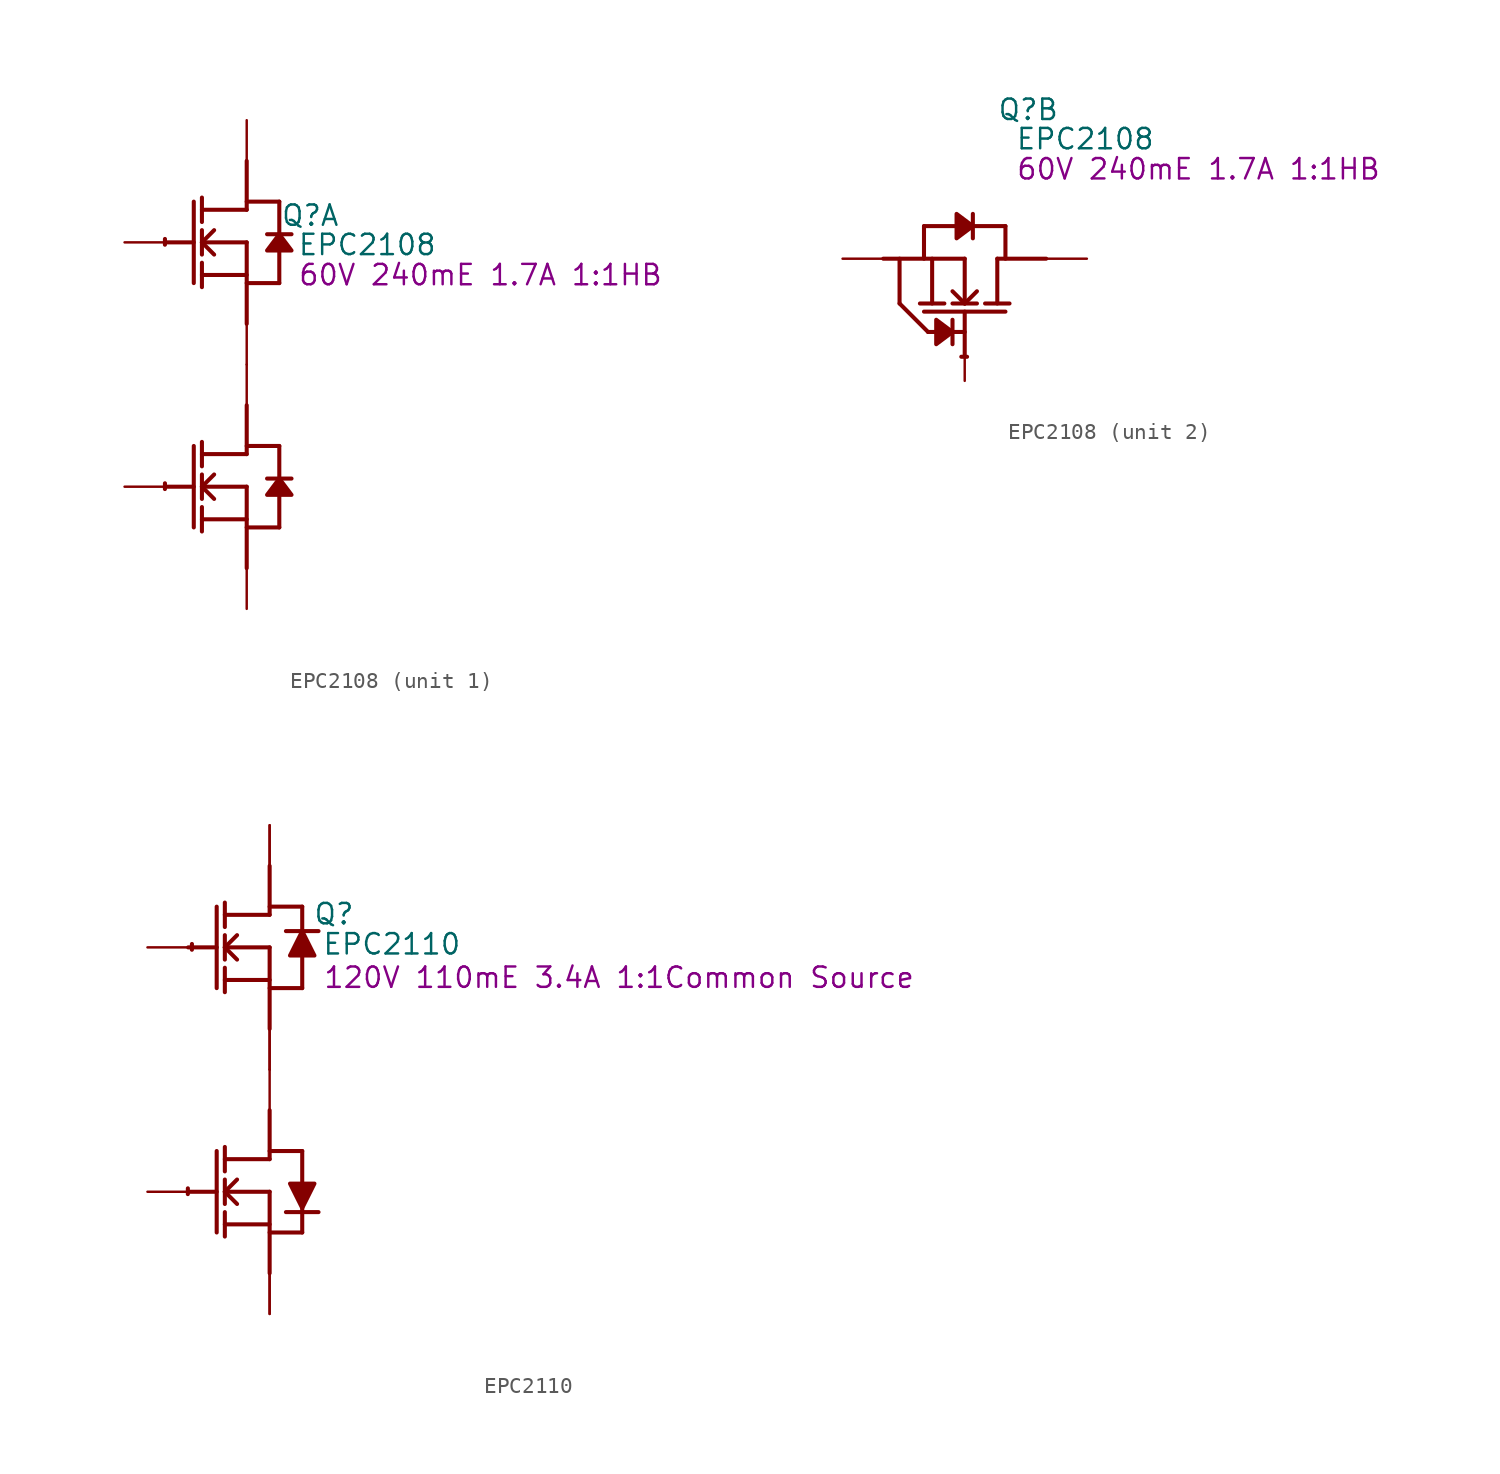
<source format=kicad_sym>
(kicad_symbol_lib
  (version 20231120)
  (generator "kicad_symbol_editor")
  (generator_version "8.0")
  (symbol "EPC2108"
    (property "Reference" "Q"
      (at 3.962 9.296 0)
      (effects (font (size 1.27 1.27))))
    (property "Value" "EPC2108"
      (at 7.518 7.468 0)
      (effects (font (size 1.27 1.27))))
    (property "Datasheet" "60V 240mE 1.7A 1:1HB"
      (at 14.58 5.588 0)
      (effects (font (size 1.27 1.27))))
    (symbol "EPC2108_1_0"
      (arc (start -5.0996 -7.4072) (mid -5.1039 -7.5869) (end -5.1019 -7.7667) (stroke (width 0.254) (type solid)) (fill (type none)))
      (arc (start -5.0996 7.8328) (mid -5.1039 7.6531) (end -5.1019 7.4733) (stroke (width 0.254) (type solid)) (fill (type none)))
      (polyline (pts (xy -5.08 -7.62) (xy -3.302 -7.62)) (stroke (width 0.254) (type solid)) (fill (type none)))
      (polyline (pts (xy -5.08 7.62) (xy -3.302 7.62)) (stroke (width 0.254) (type solid)) (fill (type none)))
      (polyline (pts (xy -3.302 -5.08) (xy -3.302 -10.16)) (stroke (width 0.254) (type solid)) (fill (type none)))
      (polyline (pts (xy -3.302 10.16) (xy -3.302 5.08)) (stroke (width 0.254) (type solid)) (fill (type none)))
      (polyline (pts (xy -2.794 -10.414) (xy -2.794 -8.89)) (stroke (width 0.254) (type solid)) (fill (type none)))
      (polyline (pts (xy -2.794 -9.652) (xy 0 -9.652)) (stroke (width 0.254) (type solid)) (fill (type none)))
      (polyline (pts (xy -2.794 -8.382) (xy -2.794 -6.858)) (stroke (width 0.254) (type solid)) (fill (type none)))
      (polyline (pts (xy -2.794 -7.62) (xy -2.032 -6.858)) (stroke (width 0.254) (type solid)) (fill (type none)))
      (polyline (pts (xy -2.794 -7.62) (xy 0 -7.62)) (stroke (width 0.254) (type solid)) (fill (type none)))
      (polyline (pts (xy -2.794 -6.35) (xy -2.794 -4.826)) (stroke (width 0.254) (type solid)) (fill (type none)))
      (polyline (pts (xy -2.794 4.826) (xy -2.794 6.35)) (stroke (width 0.254) (type solid)) (fill (type none)))
      (polyline (pts (xy -2.794 5.588) (xy 0 5.588)) (stroke (width 0.254) (type solid)) (fill (type none)))
      (polyline (pts (xy -2.794 6.858) (xy -2.794 8.382)) (stroke (width 0.254) (type solid)) (fill (type none)))
      (polyline (pts (xy -2.794 7.62) (xy -2.032 8.382)) (stroke (width 0.254) (type solid)) (fill (type none)))
      (polyline (pts (xy -2.794 7.62) (xy 0 7.62)) (stroke (width 0.254) (type solid)) (fill (type none)))
      (polyline (pts (xy -2.794 8.89) (xy -2.794 10.414)) (stroke (width 0.254) (type solid)) (fill (type none)))
      (polyline (pts (xy -2.032 -8.382) (xy -2.794 -7.62)) (stroke (width 0.254) (type solid)) (fill (type none)))
      (polyline (pts (xy -2.032 6.858) (xy -2.794 7.62)) (stroke (width 0.254) (type solid)) (fill (type none)))
      (polyline (pts (xy 0 -10.16) (xy 2.032 -10.16)) (stroke (width 0.254) (type solid)) (fill (type none)))
      (polyline (pts (xy 0 -7.62) (xy 0 -12.7)) (stroke (width 0.254) (type solid)) (fill (type none)))
      (polyline (pts (xy 0 -5.588) (xy -2.794 -5.588)) (stroke (width 0.254) (type solid)) (fill (type none)))
      (polyline (pts (xy 0 -5.588) (xy 0 -2.54)) (stroke (width 0.254) (type solid)) (fill (type none)))
      (polyline (pts (xy 0 -5.08) (xy 2.032 -5.08)) (stroke (width 0.254) (type solid)) (fill (type none)))
      (polyline (pts (xy 0 5.08) (xy 2.032 5.08)) (stroke (width 0.254) (type solid)) (fill (type none)))
      (polyline (pts (xy 0 7.62) (xy 0 2.54)) (stroke (width 0.254) (type solid)) (fill (type none)))
      (polyline (pts (xy 0 9.652) (xy -2.794 9.652)) (stroke (width 0.254) (type solid)) (fill (type none)))
      (polyline (pts (xy 0 9.652) (xy 0 12.7)) (stroke (width 0.254) (type solid)) (fill (type none)))
      (polyline (pts (xy 0 10.16) (xy 2.032 10.16)) (stroke (width 0.254) (type solid)) (fill (type none)))
      (polyline (pts (xy 2.032 -8.128) (xy 2.032 -10.16)) (stroke (width 0.254) (type solid)) (fill (type none)))
      (polyline (pts (xy 2.032 -5.08) (xy 2.032 -7.112)) (stroke (width 0.254) (type solid)) (fill (type none)))
      (polyline (pts (xy 2.032 7.112) (xy 2.032 5.08)) (stroke (width 0.254) (type solid)) (fill (type none)))
      (polyline (pts (xy 2.032 10.16) (xy 2.032 8.128)) (stroke (width 0.254) (type solid)) (fill (type none)))
      (polyline (pts (xy 2.794 -7.112) (xy 1.27 -7.112)) (stroke (width 0.254) (type solid)) (fill (type none)))
      (polyline (pts (xy 2.794 8.128) (xy 1.27 8.128)) (stroke (width 0.254) (type solid)) (fill (type none)))
      (polyline (pts (xy 2.032 -7.112) (xy 1.27 -8.128) (xy 2.794 -8.128) (xy 2.032 -7.112)) (stroke (width 0.254) (type solid)) (fill (type outline)))
      (polyline (pts (xy 2.032 8.128) (xy 1.27 7.112) (xy 2.794 7.112) (xy 2.032 8.128)) (stroke (width 0.254) (type solid)) (fill (type outline)))
      (pin passive line (at -7.62 7.62 0) (length 2.54) (name "G1" (effects (font (size 0 0)))) (number "1" (effects (font (size 0 0)))))
      (pin open_collector line (at -7.62 -7.62 0) (length 2.54) (name "G2" (effects (font (size 0 0)))) (number "2" (effects (font (size 0 0)))))
      (pin open_emitter line (at 0 0 90) (length 2.54) (name "S1" (effects (font (size 0 0)))) (number "4" (effects (font (size 0 0)))))
      (pin open_emitter line (at 0 0 270) (length 2.54) (name "D2" (effects (font (size 0 0)))) (number "5" (effects (font (size 0 0)))))
      (pin open_emitter line (at 0 15.24 270) (length 2.54) (name "D1" (effects (font (size 0 0)))) (number "7" (effects (font (size 0 0)))))
      (pin open_emitter line (at 0 -15.24 90) (length 2.54) (name "S2" (effects (font (size 0 0)))) (number "8" (effects (font (size 0 0))))))
    (symbol "EPC2108_2_0"
      (arc (start -0.2128 -6.1156) (mid -0.0331 -6.1199) (end 0.1467 -6.1179) (stroke (width 0.254) (type solid)) (fill (type none)))
      (polyline (pts (xy -5.08 0) (xy 0 0)) (stroke (width 0.254) (type solid)) (fill (type none)))
      (polyline (pts (xy -4.064 -2.794) (xy -4.064 0)) (stroke (width 0.254) (type solid)) (fill (type none)))
      (polyline (pts (xy -2.54 -3.302) (xy 2.54 -3.302)) (stroke (width 0.254) (type solid)) (fill (type none)))
      (polyline (pts (xy -2.54 0) (xy -2.54 2.032)) (stroke (width 0.254) (type solid)) (fill (type none)))
      (polyline (pts (xy -2.54 2.032) (xy -0.508 2.032)) (stroke (width 0.254) (type solid)) (fill (type none)))
      (polyline (pts (xy -2.286 -4.572) (xy -4.064 -2.794)) (stroke (width 0.254) (type solid)) (fill (type none)))
      (polyline (pts (xy -2.286 -4.572) (xy 0 -4.572)) (stroke (width 0.254) (type solid)) (fill (type none)))
      (polyline (pts (xy -2.032 0) (xy -2.032 -2.794)) (stroke (width 0.254) (type solid)) (fill (type none)))
      (polyline (pts (xy -1.27 -2.794) (xy -2.794 -2.794)) (stroke (width 0.254) (type solid)) (fill (type none)))
      (polyline (pts (xy -0.762 -3.81) (xy -0.762 -5.334)) (stroke (width 0.254) (type solid)) (fill (type none)))
      (polyline (pts (xy 0 -6.096) (xy 0 -3.302)) (stroke (width 0.254) (type solid)) (fill (type none)))
      (polyline (pts (xy 0 -2.794) (xy -0.762 -2.032)) (stroke (width 0.254) (type solid)) (fill (type none)))
      (polyline (pts (xy 0 -2.794) (xy 0 0)) (stroke (width 0.254) (type solid)) (fill (type none)))
      (polyline (pts (xy 0.508 2.032) (xy 2.54 2.032)) (stroke (width 0.254) (type solid)) (fill (type none)))
      (polyline (pts (xy 0.508 2.794) (xy 0.508 1.27)) (stroke (width 0.254) (type solid)) (fill (type none)))
      (polyline (pts (xy 0.762 -2.794) (xy -0.762 -2.794)) (stroke (width 0.254) (type solid)) (fill (type none)))
      (polyline (pts (xy 0.762 -2.032) (xy 0 -2.794)) (stroke (width 0.254) (type solid)) (fill (type none)))
      (polyline (pts (xy 2.032 -2.794) (xy 2.032 0)) (stroke (width 0.254) (type solid)) (fill (type none)))
      (polyline (pts (xy 2.54 0) (xy 2.54 2.032)) (stroke (width 0.254) (type solid)) (fill (type none)))
      (polyline (pts (xy 2.794 -2.794) (xy 1.27 -2.794)) (stroke (width 0.254) (type solid)) (fill (type none)))
      (polyline (pts (xy 5.08 0) (xy 2.032 0)) (stroke (width 0.254) (type solid)) (fill (type none)))
      (polyline (pts (xy -0.762 -4.572) (xy -1.778 -3.81) (xy -1.778 -5.334) (xy -0.762 -4.572)) (stroke (width 0.254) (type solid)) (fill (type outline)))
      (polyline (pts (xy 0.508 2.032) (xy -0.508 2.794) (xy -0.508 1.27) (xy 0.508 2.032)) (stroke (width 0.254) (type solid)) (fill (type outline)))
      (pin open_emitter line (at 0 -7.62 90) (length 2.54) (name "G3" (effects (font (size 0 0)))) (number "3" (effects (font (size 0 0)))))
      (pin open_collector line (at 7.62 0 180) (length 2.54) (name "D3" (effects (font (size 0 0)))) (number "6" (effects (font (size 0 0)))))
      (pin passive line (at -7.62 0 0) (length 2.54) (name "S3" (effects (font (size 0 0)))) (number "9" (effects (font (size 0 0)))))))
  (symbol "EPC2110"
    (property "Reference" "Q"
      (at 4.013 9.703 0)
      (effects (font (size 1.27 1.27))))
    (property "Value" "EPC2110"
      (at 7.62 7.823 0)
      (effects (font (size 1.27 1.27))))
    (property "Description" "120V 110mE 3.4A 1:1Common Source"
      (at 21.793 5.74 0)
      (effects (font (size 1.27 1.27))))
    (symbol "EPC2110_1_0"
      (arc (start -5.0996 -7.4072) (mid -5.1039 -7.5869) (end -5.1019 -7.7667) (stroke (width 0.254) (type solid)) (fill (type none)))
      (arc (start -4.8456 7.8328) (mid -4.8499 7.6531) (end -4.8479 7.4733) (stroke (width 0.254) (type solid)) (fill (type none)))
      (polyline (pts (xy -5.08 -7.62) (xy -3.302 -7.62)) (stroke (width 0.254) (type solid)) (fill (type none)))
      (polyline (pts (xy -5.08 7.62) (xy -3.302 7.62)) (stroke (width 0.254) (type solid)) (fill (type none)))
      (polyline (pts (xy -3.302 -5.08) (xy -3.302 -10.16)) (stroke (width 0.254) (type solid)) (fill (type none)))
      (polyline (pts (xy -3.302 10.16) (xy -3.302 5.08)) (stroke (width 0.254) (type solid)) (fill (type none)))
      (polyline (pts (xy -2.794 -10.414) (xy -2.794 -8.89)) (stroke (width 0.254) (type solid)) (fill (type none)))
      (polyline (pts (xy -2.794 -9.652) (xy 0 -9.652)) (stroke (width 0.254) (type solid)) (fill (type none)))
      (polyline (pts (xy -2.794 -8.382) (xy -2.794 -6.858)) (stroke (width 0.254) (type solid)) (fill (type none)))
      (polyline (pts (xy -2.794 -7.62) (xy -2.032 -6.858)) (stroke (width 0.254) (type solid)) (fill (type none)))
      (polyline (pts (xy -2.794 -7.62) (xy 0 -7.62)) (stroke (width 0.254) (type solid)) (fill (type none)))
      (polyline (pts (xy -2.794 -6.35) (xy -2.794 -4.826)) (stroke (width 0.254) (type solid)) (fill (type none)))
      (polyline (pts (xy -2.794 4.826) (xy -2.794 6.35)) (stroke (width 0.254) (type solid)) (fill (type none)))
      (polyline (pts (xy -2.794 5.588) (xy 0 5.588)) (stroke (width 0.254) (type solid)) (fill (type none)))
      (polyline (pts (xy -2.794 6.858) (xy -2.794 8.382)) (stroke (width 0.254) (type solid)) (fill (type none)))
      (polyline (pts (xy -2.794 7.62) (xy -2.032 8.382)) (stroke (width 0.254) (type solid)) (fill (type none)))
      (polyline (pts (xy -2.794 7.62) (xy 0 7.62)) (stroke (width 0.254) (type solid)) (fill (type none)))
      (polyline (pts (xy -2.794 8.89) (xy -2.794 10.414)) (stroke (width 0.254) (type solid)) (fill (type none)))
      (polyline (pts (xy -2.032 -8.382) (xy -2.794 -7.62)) (stroke (width 0.254) (type solid)) (fill (type none)))
      (polyline (pts (xy -2.032 6.858) (xy -2.794 7.62)) (stroke (width 0.254) (type solid)) (fill (type none)))
      (polyline (pts (xy 0 -10.16) (xy 2.032 -10.16)) (stroke (width 0.254) (type solid)) (fill (type none)))
      (polyline (pts (xy 0 -7.62) (xy 0 -12.7)) (stroke (width 0.254) (type solid)) (fill (type none)))
      (polyline (pts (xy 0 -5.588) (xy -2.794 -5.588)) (stroke (width 0.254) (type solid)) (fill (type none)))
      (polyline (pts (xy 0 -5.588) (xy 0 -2.54)) (stroke (width 0.254) (type solid)) (fill (type none)))
      (polyline (pts (xy 0 -5.08) (xy 2.032 -5.08)) (stroke (width 0.254) (type solid)) (fill (type none)))
      (polyline (pts (xy 0 5.08) (xy 2.032 5.08)) (stroke (width 0.254) (type solid)) (fill (type none)))
      (polyline (pts (xy 0 7.62) (xy 0 2.54)) (stroke (width 0.254) (type solid)) (fill (type none)))
      (polyline (pts (xy 0 9.652) (xy -2.794 9.652)) (stroke (width 0.254) (type solid)) (fill (type none)))
      (polyline (pts (xy 0 9.652) (xy 0 12.7)) (stroke (width 0.254) (type solid)) (fill (type none)))
      (polyline (pts (xy 0 10.16) (xy 2.032 10.16)) (stroke (width 0.254) (type solid)) (fill (type none)))
      (polyline (pts (xy 1.016 -8.89) (xy 3.048 -8.89)) (stroke (width 0.254) (type solid)) (fill (type none)))
      (polyline (pts (xy 2.032 -8.128) (xy 2.032 -10.16)) (stroke (width 0.254) (type solid)) (fill (type none)))
      (polyline (pts (xy 2.032 -5.08) (xy 2.032 -7.112)) (stroke (width 0.254) (type solid)) (fill (type none)))
      (polyline (pts (xy 2.032 7.112) (xy 2.032 5.08)) (stroke (width 0.254) (type solid)) (fill (type none)))
      (polyline (pts (xy 2.032 10.16) (xy 2.032 8.128)) (stroke (width 0.254) (type solid)) (fill (type none)))
      (polyline (pts (xy 3.048 8.636) (xy 1.016 8.636)) (stroke (width 0.254) (type solid)) (fill (type none)))
      (polyline (pts (xy 2.032 8.636) (xy 1.27 7.112) (xy 2.794 7.112) (xy 2.032 8.636)) (stroke (width 0.254) (type solid)) (fill (type outline)))
      (polyline (pts (xy 2.794 -7.112) (xy 2.032 -8.636) (xy 1.27 -7.112) (xy 2.794 -7.112)) (stroke (width 0.254) (type solid)) (fill (type outline)))
      (pin passive line (at -7.62 -7.62 0) (length 2.54) (name "G1" (effects (font (size 0 0)))) (number "1" (effects (font (size 0 0)))))
      (pin open_emitter line (at 0 -15.24 90) (length 2.54) (name "D1" (effects (font (size 0 0)))) (number "2" (effects (font (size 0 0)))))
      (pin open_emitter line (at 0 -15.24 90) (length 2.54) (name "D1" (effects (font (size 0 0)))) (number "3" (effects (font (size 0 0)))))
      (pin open_collector line (at 0 0 270) (length 2.54) (name "S" (effects (font (size 0 0)))) (number "4" (effects (font (size 0 0)))))
      (pin open_emitter line (at 0 0 90) (length 2.54) (name "S" (effects (font (size 0 0)))) (number "5" (effects (font (size 0 0)))))
      (pin open_emitter line (at 0 0 90) (length 2.54) (name "S" (effects (font (size 0 0)))) (number "6" (effects (font (size 0 0)))))
      (pin passive line (at -7.62 7.62 0) (length 2.54) (name "G2" (effects (font (size 0 0)))) (number "7" (effects (font (size 0 0)))))
      (pin open_collector line (at 0 15.24 270) (length 2.54) (name "D2" (effects (font (size 0 0)))) (number "8" (effects (font (size 0 0)))))
      (pin open_collector line (at 0 15.24 270) (length 2.54) (name "D2" (effects (font (size 0 0)))) (number "9" (effects (font (size 0 0))))))))
</source>
